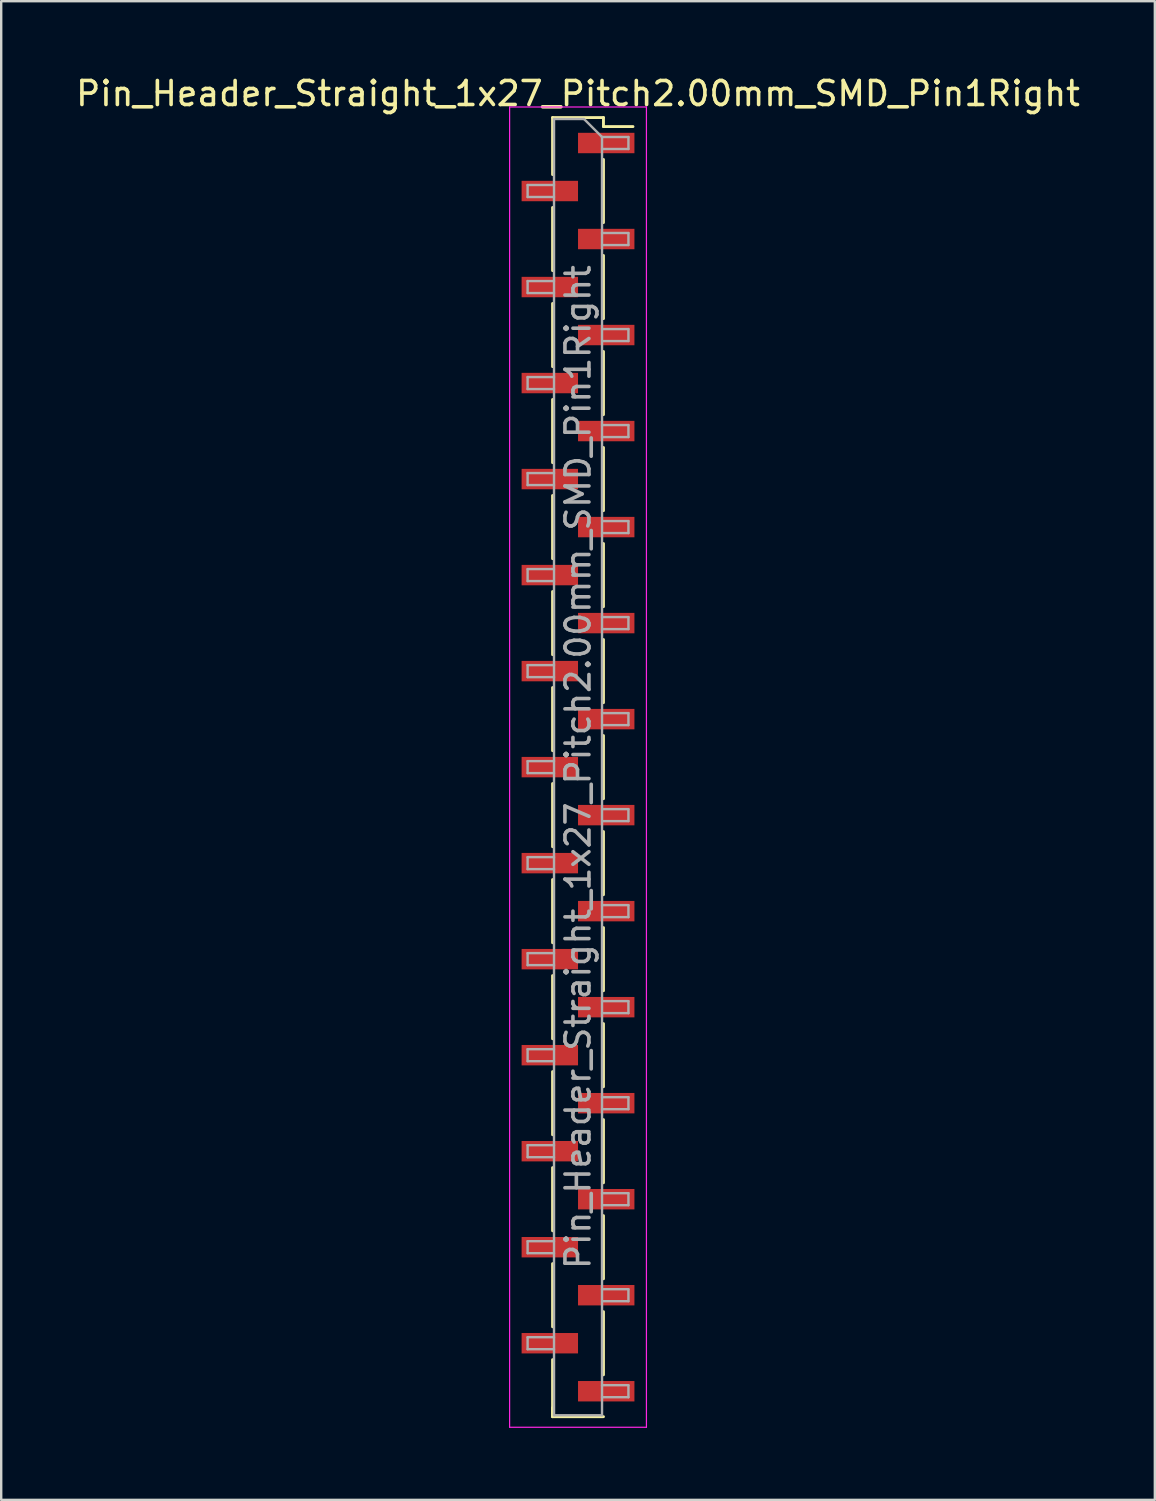
<source format=kicad_pcb>
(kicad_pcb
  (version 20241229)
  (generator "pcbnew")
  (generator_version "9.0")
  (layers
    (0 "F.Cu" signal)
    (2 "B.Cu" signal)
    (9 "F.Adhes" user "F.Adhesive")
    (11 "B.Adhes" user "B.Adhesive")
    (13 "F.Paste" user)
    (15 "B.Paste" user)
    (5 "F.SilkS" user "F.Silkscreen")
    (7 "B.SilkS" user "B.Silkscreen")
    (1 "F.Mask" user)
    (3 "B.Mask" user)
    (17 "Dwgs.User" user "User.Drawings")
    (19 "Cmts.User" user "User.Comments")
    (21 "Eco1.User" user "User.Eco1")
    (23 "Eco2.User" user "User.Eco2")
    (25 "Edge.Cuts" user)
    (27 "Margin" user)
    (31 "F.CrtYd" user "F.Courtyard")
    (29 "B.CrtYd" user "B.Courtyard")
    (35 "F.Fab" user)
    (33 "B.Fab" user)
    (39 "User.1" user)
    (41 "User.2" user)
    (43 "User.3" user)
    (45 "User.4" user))
  (footprint "Pin_Header_Straight_1x27_Pitch2.00mm_SMD_Pin1Right"
    (layer "F.Cu")
    (at 21.03 28.908)
    (property "Reference" "Pin_Header_Straight_1x27_Pitch2.00mm_SMD_Pin1Right" (at 0 -28.06 0) (layer "F.SilkS") (effects (font (size 1 1) (thickness 0.15))))
    (attr smd)
    (fp_line (start -1.06 -27.06) (end -1.06 -24.685) (stroke (width 0.12) (type solid)) (layer "F.SilkS"))
    (fp_line (start -1.06 -27.06) (end 1.06 -27.06) (stroke (width 0.12) (type solid)) (layer "F.SilkS"))
    (fp_line (start -1.06 -23.315) (end -1.06 -20.685) (stroke (width 0.12) (type solid)) (layer "F.SilkS"))
    (fp_line (start -1.06 -19.315) (end -1.06 -16.685) (stroke (width 0.12) (type solid)) (layer "F.SilkS"))
    (fp_line (start -1.06 -15.315) (end -1.06 -12.685) (stroke (width 0.12) (type solid)) (layer "F.SilkS"))
    (fp_line (start -1.06 -11.315) (end -1.06 -8.685) (stroke (width 0.12) (type solid)) (layer "F.SilkS"))
    (fp_line (start -1.06 -7.315) (end -1.06 -4.685) (stroke (width 0.12) (type solid)) (layer "F.SilkS"))
    (fp_line (start -1.06 -3.315) (end -1.06 -0.685) (stroke (width 0.12) (type solid)) (layer "F.SilkS"))
    (fp_line (start -1.06 0.685) (end -1.06 3.315) (stroke (width 0.12) (type solid)) (layer "F.SilkS"))
    (fp_line (start -1.06 4.685) (end -1.06 7.315) (stroke (width 0.12) (type solid)) (layer "F.SilkS"))
    (fp_line (start -1.06 8.685) (end -1.06 11.315) (stroke (width 0.12) (type solid)) (layer "F.SilkS"))
    (fp_line (start -1.06 12.685) (end -1.06 15.315) (stroke (width 0.12) (type solid)) (layer "F.SilkS"))
    (fp_line (start -1.06 16.685) (end -1.06 19.315) (stroke (width 0.12) (type solid)) (layer "F.SilkS"))
    (fp_line (start -1.06 20.685) (end -1.06 23.315) (stroke (width 0.12) (type solid)) (layer "F.SilkS"))
    (fp_line (start -1.06 24.685) (end -1.06 27.06) (stroke (width 0.12) (type solid)) (layer "F.SilkS"))
    (fp_line (start -1.06 26.685) (end -1.06 27.06) (stroke (width 0.12) (type solid)) (layer "F.SilkS"))
    (fp_line (start -1.06 27.06) (end 1.06 27.06) (stroke (width 0.12) (type solid)) (layer "F.SilkS"))
    (fp_line (start 1.06 -27.06) (end 1.06 -26.685) (stroke (width 0.12) (type solid)) (layer "F.SilkS"))
    (fp_line (start 1.06 -26.685) (end 2.29 -26.685) (stroke (width 0.12) (type solid)) (layer "F.SilkS"))
    (fp_line (start 1.06 -25.315) (end 1.06 -22.685) (stroke (width 0.12) (type solid)) (layer "F.SilkS"))
    (fp_line (start 1.06 -21.315) (end 1.06 -18.685) (stroke (width 0.12) (type solid)) (layer "F.SilkS"))
    (fp_line (start 1.06 -17.315) (end 1.06 -14.685) (stroke (width 0.12) (type solid)) (layer "F.SilkS"))
    (fp_line (start 1.06 -13.315) (end 1.06 -10.685) (stroke (width 0.12) (type solid)) (layer "F.SilkS"))
    (fp_line (start 1.06 -9.315) (end 1.06 -6.685) (stroke (width 0.12) (type solid)) (layer "F.SilkS"))
    (fp_line (start 1.06 -5.315) (end 1.06 -2.685) (stroke (width 0.12) (type solid)) (layer "F.SilkS"))
    (fp_line (start 1.06 -1.315) (end 1.06 1.315) (stroke (width 0.12) (type solid)) (layer "F.SilkS"))
    (fp_line (start 1.06 2.685) (end 1.06 5.315) (stroke (width 0.12) (type solid)) (layer "F.SilkS"))
    (fp_line (start 1.06 6.685) (end 1.06 9.315) (stroke (width 0.12) (type solid)) (layer "F.SilkS"))
    (fp_line (start 1.06 10.685) (end 1.06 13.315) (stroke (width 0.12) (type solid)) (layer "F.SilkS"))
    (fp_line (start 1.06 14.685) (end 1.06 17.315) (stroke (width 0.12) (type solid)) (layer "F.SilkS"))
    (fp_line (start 1.06 18.685) (end 1.06 21.315) (stroke (width 0.12) (type solid)) (layer "F.SilkS"))
    (fp_line (start 1.06 22.685) (end 1.06 25.315) (stroke (width 0.12) (type solid)) (layer "F.SilkS"))
    (fp_line (start -2.85 -27.5) (end -2.85 27.5) (stroke (width 0.05) (type solid)) (layer "F.CrtYd"))
    (fp_line (start -2.85 27.5) (end 2.85 27.5) (stroke (width 0.05) (type solid)) (layer "F.CrtYd"))
    (fp_line (start 2.85 -27.5) (end -2.85 -27.5) (stroke (width 0.05) (type solid)) (layer "F.CrtYd"))
    (fp_line (start 2.85 27.5) (end 2.85 -27.5) (stroke (width 0.05) (type solid)) (layer "F.CrtYd"))
    (fp_line (start -2.1 -24.25) (end -2.1 -23.75) (stroke (width 0.1) (type solid)) (layer "F.Fab"))
    (fp_line (start -2.1 -23.75) (end -1 -23.75) (stroke (width 0.1) (type solid)) (layer "F.Fab"))
    (fp_line (start -2.1 -20.25) (end -2.1 -19.75) (stroke (width 0.1) (type solid)) (layer "F.Fab"))
    (fp_line (start -2.1 -19.75) (end -1 -19.75) (stroke (width 0.1) (type solid)) (layer "F.Fab"))
    (fp_line (start -2.1 -16.25) (end -2.1 -15.75) (stroke (width 0.1) (type solid)) (layer "F.Fab"))
    (fp_line (start -2.1 -15.75) (end -1 -15.75) (stroke (width 0.1) (type solid)) (layer "F.Fab"))
    (fp_line (start -2.1 -12.25) (end -2.1 -11.75) (stroke (width 0.1) (type solid)) (layer "F.Fab"))
    (fp_line (start -2.1 -11.75) (end -1 -11.75) (stroke (width 0.1) (type solid)) (layer "F.Fab"))
    (fp_line (start -2.1 -8.25) (end -2.1 -7.75) (stroke (width 0.1) (type solid)) (layer "F.Fab"))
    (fp_line (start -2.1 -7.75) (end -1 -7.75) (stroke (width 0.1) (type solid)) (layer "F.Fab"))
    (fp_line (start -2.1 -4.25) (end -2.1 -3.75) (stroke (width 0.1) (type solid)) (layer "F.Fab"))
    (fp_line (start -2.1 -3.75) (end -1 -3.75) (stroke (width 0.1) (type solid)) (layer "F.Fab"))
    (fp_line (start -2.1 -0.25) (end -2.1 0.25) (stroke (width 0.1) (type solid)) (layer "F.Fab"))
    (fp_line (start -2.1 0.25) (end -1 0.25) (stroke (width 0.1) (type solid)) (layer "F.Fab"))
    (fp_line (start -2.1 3.75) (end -2.1 4.25) (stroke (width 0.1) (type solid)) (layer "F.Fab"))
    (fp_line (start -2.1 4.25) (end -1 4.25) (stroke (width 0.1) (type solid)) (layer "F.Fab"))
    (fp_line (start -2.1 7.75) (end -2.1 8.25) (stroke (width 0.1) (type solid)) (layer "F.Fab"))
    (fp_line (start -2.1 8.25) (end -1 8.25) (stroke (width 0.1) (type solid)) (layer "F.Fab"))
    (fp_line (start -2.1 11.75) (end -2.1 12.25) (stroke (width 0.1) (type solid)) (layer "F.Fab"))
    (fp_line (start -2.1 12.25) (end -1 12.25) (stroke (width 0.1) (type solid)) (layer "F.Fab"))
    (fp_line (start -2.1 15.75) (end -2.1 16.25) (stroke (width 0.1) (type solid)) (layer "F.Fab"))
    (fp_line (start -2.1 16.25) (end -1 16.25) (stroke (width 0.1) (type solid)) (layer "F.Fab"))
    (fp_line (start -2.1 19.75) (end -2.1 20.25) (stroke (width 0.1) (type solid)) (layer "F.Fab"))
    (fp_line (start -2.1 20.25) (end -1 20.25) (stroke (width 0.1) (type solid)) (layer "F.Fab"))
    (fp_line (start -2.1 23.75) (end -2.1 24.25) (stroke (width 0.1) (type solid)) (layer "F.Fab"))
    (fp_line (start -2.1 24.25) (end -1 24.25) (stroke (width 0.1) (type solid)) (layer "F.Fab"))
    (fp_line (start -1 -27) (end -1 27) (stroke (width 0.1) (type solid)) (layer "F.Fab"))
    (fp_line (start -1 -27) (end 0.25 -27) (stroke (width 0.1) (type solid)) (layer "F.Fab"))
    (fp_line (start -1 -24.25) (end -2.1 -24.25) (stroke (width 0.1) (type solid)) (layer "F.Fab"))
    (fp_line (start -1 -20.25) (end -2.1 -20.25) (stroke (width 0.1) (type solid)) (layer "F.Fab"))
    (fp_line (start -1 -16.25) (end -2.1 -16.25) (stroke (width 0.1) (type solid)) (layer "F.Fab"))
    (fp_line (start -1 -12.25) (end -2.1 -12.25) (stroke (width 0.1) (type solid)) (layer "F.Fab"))
    (fp_line (start -1 -8.25) (end -2.1 -8.25) (stroke (width 0.1) (type solid)) (layer "F.Fab"))
    (fp_line (start -1 -4.25) (end -2.1 -4.25) (stroke (width 0.1) (type solid)) (layer "F.Fab"))
    (fp_line (start -1 -0.25) (end -2.1 -0.25) (stroke (width 0.1) (type solid)) (layer "F.Fab"))
    (fp_line (start -1 3.75) (end -2.1 3.75) (stroke (width 0.1) (type solid)) (layer "F.Fab"))
    (fp_line (start -1 7.75) (end -2.1 7.75) (stroke (width 0.1) (type solid)) (layer "F.Fab"))
    (fp_line (start -1 11.75) (end -2.1 11.75) (stroke (width 0.1) (type solid)) (layer "F.Fab"))
    (fp_line (start -1 15.75) (end -2.1 15.75) (stroke (width 0.1) (type solid)) (layer "F.Fab"))
    (fp_line (start -1 19.75) (end -2.1 19.75) (stroke (width 0.1) (type solid)) (layer "F.Fab"))
    (fp_line (start -1 23.75) (end -2.1 23.75) (stroke (width 0.1) (type solid)) (layer "F.Fab"))
    (fp_line (start 1 -26.25) (end 0.25 -27) (stroke (width 0.1) (type solid)) (layer "F.Fab"))
    (fp_line (start 1 -26.25) (end 2.1 -26.25) (stroke (width 0.1) (type solid)) (layer "F.Fab"))
    (fp_line (start 1 -22.25) (end 2.1 -22.25) (stroke (width 0.1) (type solid)) (layer "F.Fab"))
    (fp_line (start 1 -18.25) (end 2.1 -18.25) (stroke (width 0.1) (type solid)) (layer "F.Fab"))
    (fp_line (start 1 -14.25) (end 2.1 -14.25) (stroke (width 0.1) (type solid)) (layer "F.Fab"))
    (fp_line (start 1 -10.25) (end 2.1 -10.25) (stroke (width 0.1) (type solid)) (layer "F.Fab"))
    (fp_line (start 1 -6.25) (end 2.1 -6.25) (stroke (width 0.1) (type solid)) (layer "F.Fab"))
    (fp_line (start 1 -2.25) (end 2.1 -2.25) (stroke (width 0.1) (type solid)) (layer "F.Fab"))
    (fp_line (start 1 1.75) (end 2.1 1.75) (stroke (width 0.1) (type solid)) (layer "F.Fab"))
    (fp_line (start 1 5.75) (end 2.1 5.75) (stroke (width 0.1) (type solid)) (layer "F.Fab"))
    (fp_line (start 1 9.75) (end 2.1 9.75) (stroke (width 0.1) (type solid)) (layer "F.Fab"))
    (fp_line (start 1 13.75) (end 2.1 13.75) (stroke (width 0.1) (type solid)) (layer "F.Fab"))
    (fp_line (start 1 17.75) (end 2.1 17.75) (stroke (width 0.1) (type solid)) (layer "F.Fab"))
    (fp_line (start 1 21.75) (end 2.1 21.75) (stroke (width 0.1) (type solid)) (layer "F.Fab"))
    (fp_line (start 1 25.75) (end 2.1 25.75) (stroke (width 0.1) (type solid)) (layer "F.Fab"))
    (fp_line (start 1 27) (end -1 27) (stroke (width 0.1) (type solid)) (layer "F.Fab"))
    (fp_line (start 1 27) (end 1 -26.25) (stroke (width 0.1) (type solid)) (layer "F.Fab"))
    (fp_line (start 2.1 -26.25) (end 2.1 -25.75) (stroke (width 0.1) (type solid)) (layer "F.Fab"))
    (fp_line (start 2.1 -25.75) (end 1 -25.75) (stroke (width 0.1) (type solid)) (layer "F.Fab"))
    (fp_line (start 2.1 -22.25) (end 2.1 -21.75) (stroke (width 0.1) (type solid)) (layer "F.Fab"))
    (fp_line (start 2.1 -21.75) (end 1 -21.75) (stroke (width 0.1) (type solid)) (layer "F.Fab"))
    (fp_line (start 2.1 -18.25) (end 2.1 -17.75) (stroke (width 0.1) (type solid)) (layer "F.Fab"))
    (fp_line (start 2.1 -17.75) (end 1 -17.75) (stroke (width 0.1) (type solid)) (layer "F.Fab"))
    (fp_line (start 2.1 -14.25) (end 2.1 -13.75) (stroke (width 0.1) (type solid)) (layer "F.Fab"))
    (fp_line (start 2.1 -13.75) (end 1 -13.75) (stroke (width 0.1) (type solid)) (layer "F.Fab"))
    (fp_line (start 2.1 -10.25) (end 2.1 -9.75) (stroke (width 0.1) (type solid)) (layer "F.Fab"))
    (fp_line (start 2.1 -9.75) (end 1 -9.75) (stroke (width 0.1) (type solid)) (layer "F.Fab"))
    (fp_line (start 2.1 -6.25) (end 2.1 -5.75) (stroke (width 0.1) (type solid)) (layer "F.Fab"))
    (fp_line (start 2.1 -5.75) (end 1 -5.75) (stroke (width 0.1) (type solid)) (layer "F.Fab"))
    (fp_line (start 2.1 -2.25) (end 2.1 -1.75) (stroke (width 0.1) (type solid)) (layer "F.Fab"))
    (fp_line (start 2.1 -1.75) (end 1 -1.75) (stroke (width 0.1) (type solid)) (layer "F.Fab"))
    (fp_line (start 2.1 1.75) (end 2.1 2.25) (stroke (width 0.1) (type solid)) (layer "F.Fab"))
    (fp_line (start 2.1 2.25) (end 1 2.25) (stroke (width 0.1) (type solid)) (layer "F.Fab"))
    (fp_line (start 2.1 5.75) (end 2.1 6.25) (stroke (width 0.1) (type solid)) (layer "F.Fab"))
    (fp_line (start 2.1 6.25) (end 1 6.25) (stroke (width 0.1) (type solid)) (layer "F.Fab"))
    (fp_line (start 2.1 9.75) (end 2.1 10.25) (stroke (width 0.1) (type solid)) (layer "F.Fab"))
    (fp_line (start 2.1 10.25) (end 1 10.25) (stroke (width 0.1) (type solid)) (layer "F.Fab"))
    (fp_line (start 2.1 13.75) (end 2.1 14.25) (stroke (width 0.1) (type solid)) (layer "F.Fab"))
    (fp_line (start 2.1 14.25) (end 1 14.25) (stroke (width 0.1) (type solid)) (layer "F.Fab"))
    (fp_line (start 2.1 17.75) (end 2.1 18.25) (stroke (width 0.1) (type solid)) (layer "F.Fab"))
    (fp_line (start 2.1 18.25) (end 1 18.25) (stroke (width 0.1) (type solid)) (layer "F.Fab"))
    (fp_line (start 2.1 21.75) (end 2.1 22.25) (stroke (width 0.1) (type solid)) (layer "F.Fab"))
    (fp_line (start 2.1 22.25) (end 1 22.25) (stroke (width 0.1) (type solid)) (layer "F.Fab"))
    (fp_line (start 2.1 25.75) (end 2.1 26.25) (stroke (width 0.1) (type solid)) (layer "F.Fab"))
    (fp_line (start 2.1 26.25) (end 1 26.25) (stroke (width 0.1) (type solid)) (layer "F.Fab"))
    (fp_text user "${REFERENCE}" (at 0 0 90) (layer "F.Fab") (effects (font (size 1 1) (thickness 0.15))))
    (pad "1" smd rect (at 1.175 -26) (size 2.35 0.85) (layers "F.Cu" "F.Mask" "F.Paste"))
    (pad "2" smd rect (at -1.175 -24) (size 2.35 0.85) (layers "F.Cu" "F.Mask" "F.Paste"))
    (pad "3" smd rect (at 1.175 -22) (size 2.35 0.85) (layers "F.Cu" "F.Mask" "F.Paste"))
    (pad "4" smd rect (at -1.175 -20) (size 2.35 0.85) (layers "F.Cu" "F.Mask" "F.Paste"))
    (pad "5" smd rect (at 1.175 -18) (size 2.35 0.85) (layers "F.Cu" "F.Mask" "F.Paste"))
    (pad "6" smd rect (at -1.175 -16) (size 2.35 0.85) (layers "F.Cu" "F.Mask" "F.Paste"))
    (pad "7" smd rect (at 1.175 -14) (size 2.35 0.85) (layers "F.Cu" "F.Mask" "F.Paste"))
    (pad "8" smd rect (at -1.175 -12) (size 2.35 0.85) (layers "F.Cu" "F.Mask" "F.Paste"))
    (pad "9" smd rect (at 1.175 -10) (size 2.35 0.85) (layers "F.Cu" "F.Mask" "F.Paste"))
    (pad "10" smd rect (at -1.175 -8) (size 2.35 0.85) (layers "F.Cu" "F.Mask" "F.Paste"))
    (pad "11" smd rect (at 1.175 -6) (size 2.35 0.85) (layers "F.Cu" "F.Mask" "F.Paste"))
    (pad "12" smd rect (at -1.175 -4) (size 2.35 0.85) (layers "F.Cu" "F.Mask" "F.Paste"))
    (pad "13" smd rect (at 1.175 -2) (size 2.35 0.85) (layers "F.Cu" "F.Mask" "F.Paste"))
    (pad "14" smd rect (at -1.175 0) (size 2.35 0.85) (layers "F.Cu" "F.Mask" "F.Paste"))
    (pad "15" smd rect (at 1.175 2) (size 2.35 0.85) (layers "F.Cu" "F.Mask" "F.Paste"))
    (pad "16" smd rect (at -1.175 4) (size 2.35 0.85) (layers "F.Cu" "F.Mask" "F.Paste"))
    (pad "17" smd rect (at 1.175 6) (size 2.35 0.85) (layers "F.Cu" "F.Mask" "F.Paste"))
    (pad "18" smd rect (at -1.175 8) (size 2.35 0.85) (layers "F.Cu" "F.Mask" "F.Paste"))
    (pad "19" smd rect (at 1.175 10) (size 2.35 0.85) (layers "F.Cu" "F.Mask" "F.Paste"))
    (pad "20" smd rect (at -1.175 12) (size 2.35 0.85) (layers "F.Cu" "F.Mask" "F.Paste"))
    (pad "21" smd rect (at 1.175 14) (size 2.35 0.85) (layers "F.Cu" "F.Mask" "F.Paste"))
    (pad "22" smd rect (at -1.175 16) (size 2.35 0.85) (layers "F.Cu" "F.Mask" "F.Paste"))
    (pad "23" smd rect (at 1.175 18) (size 2.35 0.85) (layers "F.Cu" "F.Mask" "F.Paste"))
    (pad "24" smd rect (at -1.175 20) (size 2.35 0.85) (layers "F.Cu" "F.Mask" "F.Paste"))
    (pad "25" smd rect (at 1.175 22) (size 2.35 0.85) (layers "F.Cu" "F.Mask" "F.Paste"))
    (pad "26" smd rect (at -1.175 24) (size 2.35 0.85) (layers "F.Cu" "F.Mask" "F.Paste"))
    (pad "27" smd rect (at 1.175 26) (size 2.35 0.85) (layers "F.Cu" "F.Mask" "F.Paste")))
  (gr_rect
    (start -3 -3)
    (end 45.06 59.433)
    (stroke (width 0.1) (type default))
    (fill no)
    (layer "Edge.Cuts")))
</source>
